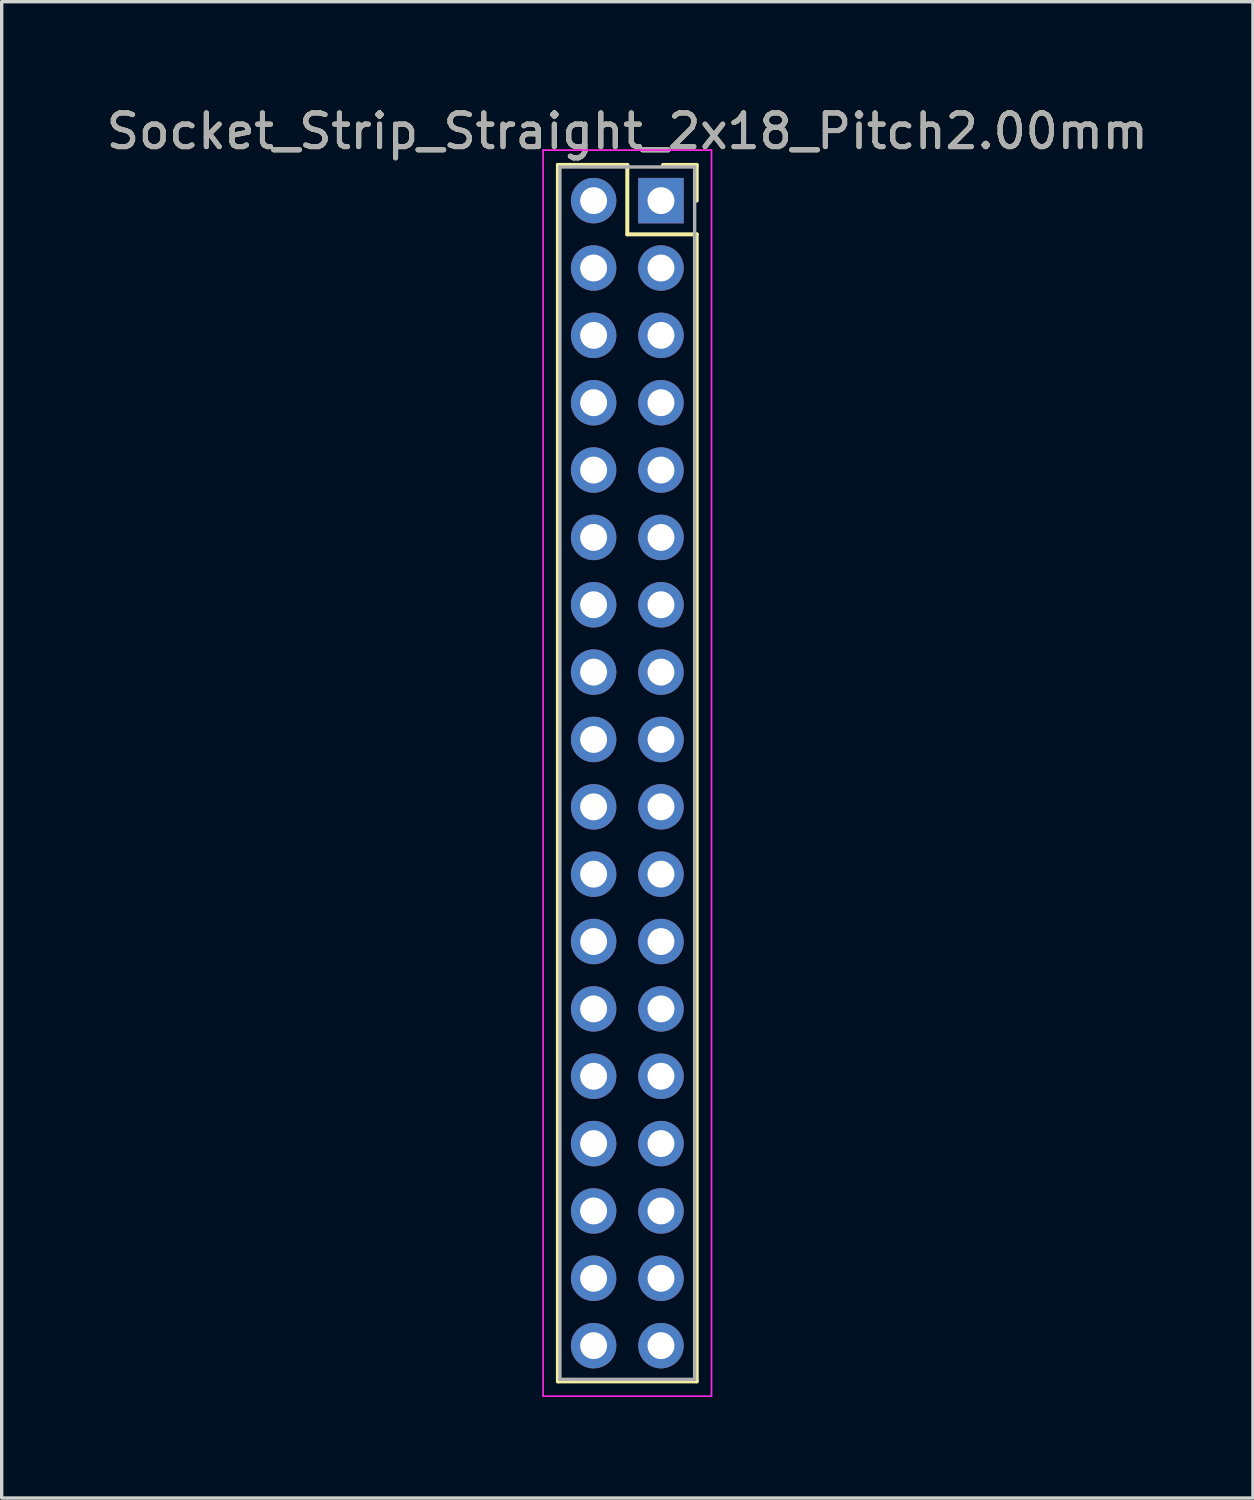
<source format=kicad_pcb>
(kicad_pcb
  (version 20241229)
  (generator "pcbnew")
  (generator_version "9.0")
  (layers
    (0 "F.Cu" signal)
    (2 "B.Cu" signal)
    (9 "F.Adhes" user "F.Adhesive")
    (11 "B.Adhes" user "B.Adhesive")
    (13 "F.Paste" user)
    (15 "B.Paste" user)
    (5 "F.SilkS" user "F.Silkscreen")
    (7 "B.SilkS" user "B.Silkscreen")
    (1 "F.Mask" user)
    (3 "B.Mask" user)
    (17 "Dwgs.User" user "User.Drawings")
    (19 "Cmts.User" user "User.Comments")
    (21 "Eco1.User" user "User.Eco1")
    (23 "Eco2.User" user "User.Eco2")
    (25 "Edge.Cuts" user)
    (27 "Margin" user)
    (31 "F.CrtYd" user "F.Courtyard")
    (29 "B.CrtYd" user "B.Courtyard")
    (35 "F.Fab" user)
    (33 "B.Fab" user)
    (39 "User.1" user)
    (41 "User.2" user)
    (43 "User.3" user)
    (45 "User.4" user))
  (footprint "Socket_Strip_Straight_2x18_Pitch2.00mm"
    (layer "F.Cu")
    (at 16.577 2.908)
    (property "Reference" "Socket_Strip_Straight_2x18_Pitch2.00mm" (at -1 -2.06 0) (layer "F.SilkS") (effects (font (size 1 1) (thickness 0.15))))
    (attr through_hole)
    (fp_line (start -3.06 -1.06) (end -1 -1.06) (stroke (width 0.12) (type solid)) (layer "F.SilkS"))
    (fp_line (start -3.06 35.06) (end -3.06 -1.06) (stroke (width 0.12) (type solid)) (layer "F.SilkS"))
    (fp_line (start -1 -1.06) (end -1 1) (stroke (width 0.12) (type solid)) (layer "F.SilkS"))
    (fp_line (start -1 1) (end 1.06 1) (stroke (width 0.12) (type solid)) (layer "F.SilkS"))
    (fp_line (start 1.06 -1.06) (end 0.06 -1.06) (stroke (width 0.12) (type solid)) (layer "F.SilkS"))
    (fp_line (start 1.06 0) (end 1.06 -1.06) (stroke (width 0.12) (type solid)) (layer "F.SilkS"))
    (fp_line (start 1.06 1) (end 1.06 35.06) (stroke (width 0.12) (type solid)) (layer "F.SilkS"))
    (fp_line (start 1.06 35.06) (end -3.06 35.06) (stroke (width 0.12) (type solid)) (layer "F.SilkS"))
    (fp_line (start -3.5 -1.5) (end -3.5 35.5) (stroke (width 0.05) (type solid)) (layer "F.CrtYd"))
    (fp_line (start -3.5 35.5) (end 1.5 35.5) (stroke (width 0.05) (type solid)) (layer "F.CrtYd"))
    (fp_line (start 1.5 -1.5) (end -3.5 -1.5) (stroke (width 0.05) (type solid)) (layer "F.CrtYd"))
    (fp_line (start 1.5 35.5) (end 1.5 -1.5) (stroke (width 0.05) (type solid)) (layer "F.CrtYd"))
    (fp_line (start -3 -1) (end -3 35) (stroke (width 0.1) (type solid)) (layer "F.Fab"))
    (fp_line (start -3 35) (end 1 35) (stroke (width 0.1) (type solid)) (layer "F.Fab"))
    (fp_line (start 1 -1) (end -3 -1) (stroke (width 0.1) (type solid)) (layer "F.Fab"))
    (fp_line (start 1 35) (end 1 -1) (stroke (width 0.1) (type solid)) (layer "F.Fab"))
    (fp_text user "${REFERENCE}" (at -1 -2.06 0) (layer "F.Fab") (effects (font (size 1 1) (thickness 0.15))))
    (pad "1" thru_hole rect (at 0 0) (size 1.35 1.35) (drill 0.8) (layers "*.Cu" "*.Mask"))
    (pad "2" thru_hole oval (at -2 0) (size 1.35 1.35) (drill 0.8) (layers "*.Cu" "*.Mask"))
    (pad "3" thru_hole oval (at 0 2) (size 1.35 1.35) (drill 0.8) (layers "*.Cu" "*.Mask"))
    (pad "4" thru_hole oval (at -2 2) (size 1.35 1.35) (drill 0.8) (layers "*.Cu" "*.Mask"))
    (pad "5" thru_hole oval (at 0 4) (size 1.35 1.35) (drill 0.8) (layers "*.Cu" "*.Mask"))
    (pad "6" thru_hole oval (at -2 4) (size 1.35 1.35) (drill 0.8) (layers "*.Cu" "*.Mask"))
    (pad "7" thru_hole oval (at 0 6) (size 1.35 1.35) (drill 0.8) (layers "*.Cu" "*.Mask"))
    (pad "8" thru_hole oval (at -2 6) (size 1.35 1.35) (drill 0.8) (layers "*.Cu" "*.Mask"))
    (pad "9" thru_hole oval (at 0 8) (size 1.35 1.35) (drill 0.8) (layers "*.Cu" "*.Mask"))
    (pad "10" thru_hole oval (at -2 8) (size 1.35 1.35) (drill 0.8) (layers "*.Cu" "*.Mask"))
    (pad "11" thru_hole oval (at 0 10) (size 1.35 1.35) (drill 0.8) (layers "*.Cu" "*.Mask"))
    (pad "12" thru_hole oval (at -2 10) (size 1.35 1.35) (drill 0.8) (layers "*.Cu" "*.Mask"))
    (pad "13" thru_hole oval (at 0 12) (size 1.35 1.35) (drill 0.8) (layers "*.Cu" "*.Mask"))
    (pad "14" thru_hole oval (at -2 12) (size 1.35 1.35) (drill 0.8) (layers "*.Cu" "*.Mask"))
    (pad "15" thru_hole oval (at 0 14) (size 1.35 1.35) (drill 0.8) (layers "*.Cu" "*.Mask"))
    (pad "16" thru_hole oval (at -2 14) (size 1.35 1.35) (drill 0.8) (layers "*.Cu" "*.Mask"))
    (pad "17" thru_hole oval (at 0 16) (size 1.35 1.35) (drill 0.8) (layers "*.Cu" "*.Mask"))
    (pad "18" thru_hole oval (at -2 16) (size 1.35 1.35) (drill 0.8) (layers "*.Cu" "*.Mask"))
    (pad "19" thru_hole oval (at 0 18) (size 1.35 1.35) (drill 0.8) (layers "*.Cu" "*.Mask"))
    (pad "20" thru_hole oval (at -2 18) (size 1.35 1.35) (drill 0.8) (layers "*.Cu" "*.Mask"))
    (pad "21" thru_hole oval (at 0 20) (size 1.35 1.35) (drill 0.8) (layers "*.Cu" "*.Mask"))
    (pad "22" thru_hole oval (at -2 20) (size 1.35 1.35) (drill 0.8) (layers "*.Cu" "*.Mask"))
    (pad "23" thru_hole oval (at 0 22) (size 1.35 1.35) (drill 0.8) (layers "*.Cu" "*.Mask"))
    (pad "24" thru_hole oval (at -2 22) (size 1.35 1.35) (drill 0.8) (layers "*.Cu" "*.Mask"))
    (pad "25" thru_hole oval (at 0 24) (size 1.35 1.35) (drill 0.8) (layers "*.Cu" "*.Mask"))
    (pad "26" thru_hole oval (at -2 24) (size 1.35 1.35) (drill 0.8) (layers "*.Cu" "*.Mask"))
    (pad "27" thru_hole oval (at 0 26) (size 1.35 1.35) (drill 0.8) (layers "*.Cu" "*.Mask"))
    (pad "28" thru_hole oval (at -2 26) (size 1.35 1.35) (drill 0.8) (layers "*.Cu" "*.Mask"))
    (pad "29" thru_hole oval (at 0 28) (size 1.35 1.35) (drill 0.8) (layers "*.Cu" "*.Mask"))
    (pad "30" thru_hole oval (at -2 28) (size 1.35 1.35) (drill 0.8) (layers "*.Cu" "*.Mask"))
    (pad "31" thru_hole oval (at 0 30) (size 1.35 1.35) (drill 0.8) (layers "*.Cu" "*.Mask"))
    (pad "32" thru_hole oval (at -2 30) (size 1.35 1.35) (drill 0.8) (layers "*.Cu" "*.Mask"))
    (pad "33" thru_hole oval (at 0 32) (size 1.35 1.35) (drill 0.8) (layers "*.Cu" "*.Mask"))
    (pad "34" thru_hole oval (at -2 32) (size 1.35 1.35) (drill 0.8) (layers "*.Cu" "*.Mask"))
    (pad "35" thru_hole oval (at 0 34) (size 1.35 1.35) (drill 0.8) (layers "*.Cu" "*.Mask"))
    (pad "36" thru_hole oval (at -2 34) (size 1.35 1.35) (drill 0.8) (layers "*.Cu" "*.Mask")))
  (gr_rect
    (start -3 -3)
    (end 34.155 41.433)
    (stroke (width 0.1) (type default))
    (fill no)
    (layer "Edge.Cuts")))
</source>
